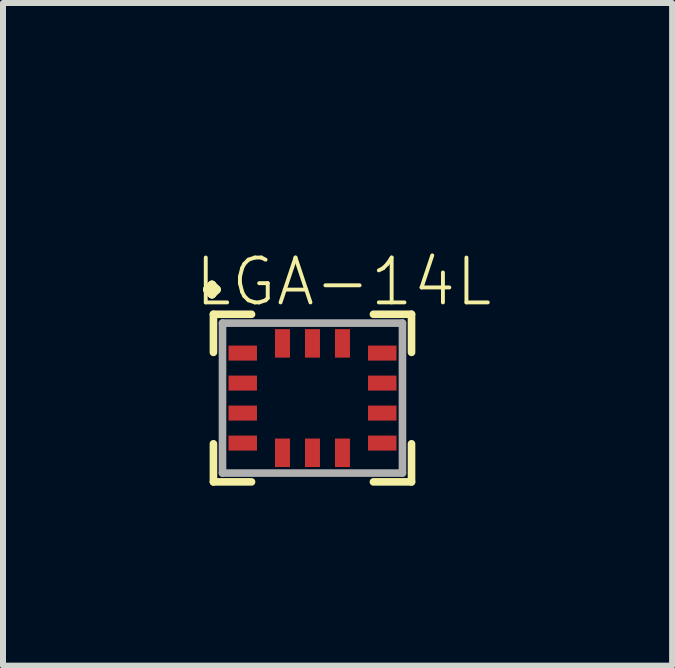
<source format=kicad_pcb>
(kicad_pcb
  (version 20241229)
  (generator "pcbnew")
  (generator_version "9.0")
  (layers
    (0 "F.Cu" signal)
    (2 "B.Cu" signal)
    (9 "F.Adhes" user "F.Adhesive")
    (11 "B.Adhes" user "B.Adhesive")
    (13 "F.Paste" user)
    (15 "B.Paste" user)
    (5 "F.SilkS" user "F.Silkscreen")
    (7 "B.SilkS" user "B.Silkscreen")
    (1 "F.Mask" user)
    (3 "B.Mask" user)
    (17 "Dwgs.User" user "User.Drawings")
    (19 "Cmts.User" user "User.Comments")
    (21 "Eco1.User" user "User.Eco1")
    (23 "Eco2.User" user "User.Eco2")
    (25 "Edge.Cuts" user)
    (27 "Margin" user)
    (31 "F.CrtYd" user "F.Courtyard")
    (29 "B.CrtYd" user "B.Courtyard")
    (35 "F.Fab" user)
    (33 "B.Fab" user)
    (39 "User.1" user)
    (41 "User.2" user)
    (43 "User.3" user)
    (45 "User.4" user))
  (footprint "LGA-14L"
    (layer "F.Cu")
    (at 2.159 3.586)
    (property "Reference" "LGA-14L" (at -2 -1.5 0) (layer "F.SilkS") (effects (font (size 0.748 0.748) (thickness 0.065)) (justify left bottom)))
    (fp_line (start -1.651 -1.397) (end -1.651 -0.762) (stroke (width 0.127) (type solid)) (layer "F.SilkS"))
    (fp_line (start -1.651 0.762) (end -1.651 1.397) (stroke (width 0.127) (type solid)) (layer "F.SilkS"))
    (fp_line (start -1.651 1.397) (end -1.016 1.397) (stroke (width 0.127) (type solid)) (layer "F.SilkS"))
    (fp_line (start -1.016 -1.397) (end -1.651 -1.397) (stroke (width 0.127) (type solid)) (layer "F.SilkS"))
    (fp_line (start 1.016 -1.397) (end 1.651 -1.397) (stroke (width 0.127) (type solid)) (layer "F.SilkS"))
    (fp_line (start 1.016 1.397) (end 1.651 1.397) (stroke (width 0.127) (type solid)) (layer "F.SilkS"))
    (fp_line (start 1.651 -1.397) (end 1.651 -0.762) (stroke (width 0.127) (type solid)) (layer "F.SilkS"))
    (fp_line (start 1.651 1.397) (end 1.651 0.762) (stroke (width 0.127) (type solid)) (layer "F.SilkS"))
    (fp_line (start -1.5 -1.25) (end 1.5 -1.25) (stroke (width 0.127) (type solid)) (layer "F.Fab"))
    (fp_line (start -1.5 1.25) (end -1.5 -1.25) (stroke (width 0.127) (type solid)) (layer "F.Fab"))
    (fp_line (start 1.5 -1.25) (end 1.5 1.25) (stroke (width 0.127) (type solid)) (layer "F.Fab"))
    (fp_line (start 1.5 1.25) (end -1.5 1.25) (stroke (width 0.127) (type solid)) (layer "F.Fab"))
    (fp_text user "." (at -2.159 -1.524 0) (layer "F.SilkS") (effects (font (size 1.636 1.636) (thickness 0.142)) (justify left bottom)))
    (pad "1" smd rect (at -1.163 -0.75) (size 0.475 0.25) (layers "F.Cu" "F.Mask" "F.Paste"))
    (pad "2" smd rect (at -1.163 -0.25) (size 0.475 0.25) (layers "F.Cu" "F.Mask" "F.Paste"))
    (pad "3" smd rect (at -1.163 0.25) (size 0.475 0.25) (layers "F.Cu" "F.Mask" "F.Paste"))
    (pad "4" smd rect (at -1.163 0.75) (size 0.475 0.25) (layers "F.Cu" "F.Mask" "F.Paste"))
    (pad "5" smd rect (at -0.5 0.912 90) (size 0.475 0.25) (layers "F.Cu" "F.Mask" "F.Paste"))
    (pad "6" smd rect (at 0 0.912 90) (size 0.475 0.25) (layers "F.Cu" "F.Mask" "F.Paste"))
    (pad "7" smd rect (at 0.5 0.912 90) (size 0.475 0.25) (layers "F.Cu" "F.Mask" "F.Paste"))
    (pad "8" smd rect (at 1.163 0.75 180) (size 0.475 0.25) (layers "F.Cu" "F.Mask" "F.Paste"))
    (pad "9" smd rect (at 1.163 0.25 180) (size 0.475 0.25) (layers "F.Cu" "F.Mask" "F.Paste"))
    (pad "10" smd rect (at 1.163 -0.25 180) (size 0.475 0.25) (layers "F.Cu" "F.Mask" "F.Paste"))
    (pad "11" smd rect (at 1.163 -0.75 180) (size 0.475 0.25) (layers "F.Cu" "F.Mask" "F.Paste"))
    (pad "12" smd rect (at 0.5 -0.912 270) (size 0.475 0.25) (layers "F.Cu" "F.Mask" "F.Paste"))
    (pad "13" smd rect (at 0 -0.912 270) (size 0.475 0.25) (layers "F.Cu" "F.Mask" "F.Paste"))
    (pad "14" smd rect (at -0.5 -0.912 270) (size 0.475 0.25) (layers "F.Cu" "F.Mask" "F.Paste")))
  (gr_rect
    (start -3 -3)
    (end 8.154 8.047)
    (stroke (width 0.1) (type default))
    (fill no)
    (layer "Edge.Cuts")))
</source>
